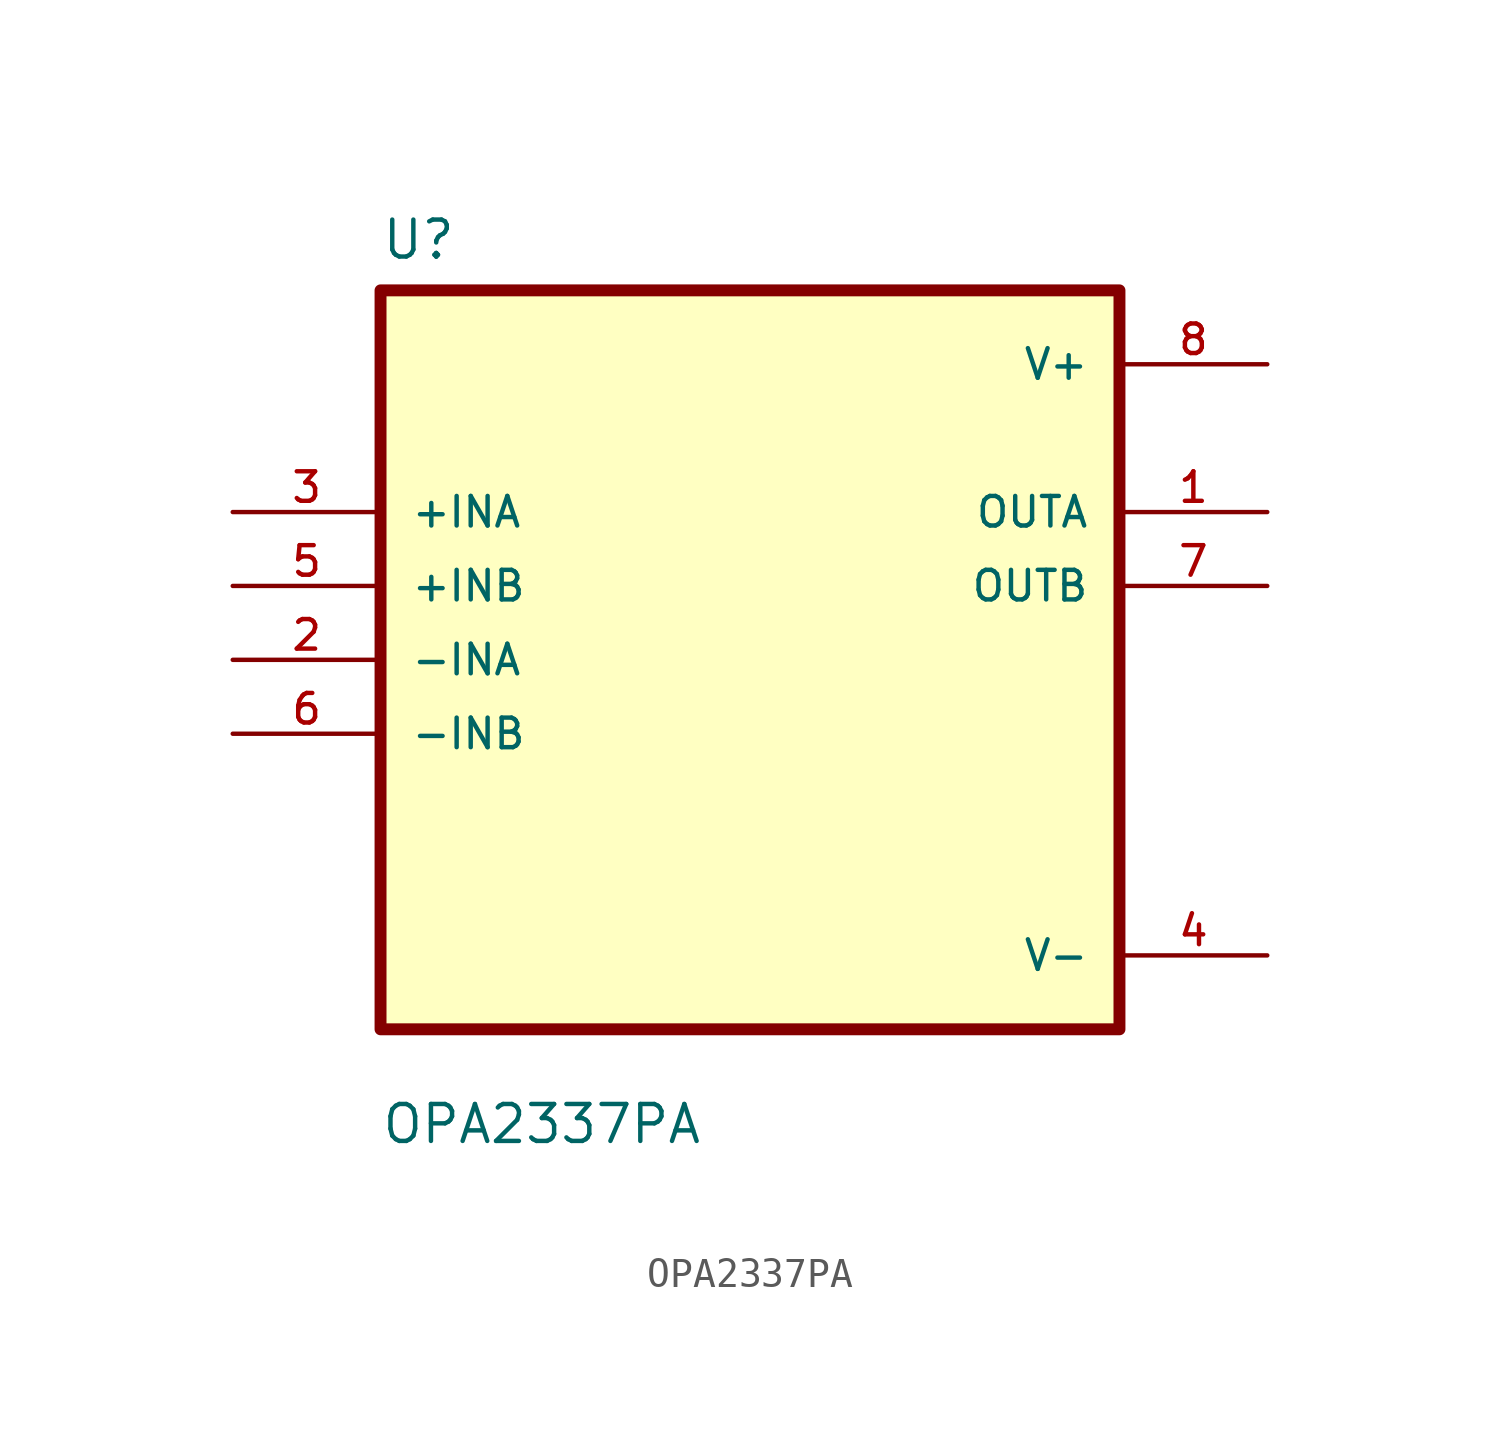
<source format=kicad_sym>
(kicad_symbol_lib
  (version 20211014)
  (generator kicad_symbol_editor)
  (symbol "OPA2337PA"
    (pin_names
      (offset 1.016))
    (property "Reference" "U"
      (at -12.7 13.7 0.0)
      (effects (font (size 1.27 1.27)) (justify bottom left)))
    (property "Value" "OPA2337PA"
      (at -12.7 -16.7 0.0)
      (effects (font (size 1.27 1.27)) (justify bottom left)))
    (symbol "OPA2337PA_0_0"
      (rectangle (start -12.7 -12.7) (end 12.7 12.7) (stroke (width 0.41)) (fill (type background)))
      (pin input line (at -17.78 5.08 0) (length 5.08) (name "+INA" (effects (font (size 1.016 1.016)))) (number "3" (effects (font (size 1.016 1.016)))))
      (pin input line (at -17.78 2.54 0) (length 5.08) (name "+INB" (effects (font (size 1.016 1.016)))) (number "5" (effects (font (size 1.016 1.016)))))
      (pin input line (at -17.78 -8.88178e-16 0) (length 5.08) (name "-INA" (effects (font (size 1.016 1.016)))) (number "2" (effects (font (size 1.016 1.016)))))
      (pin input line (at -17.78 -2.54 0) (length 5.08) (name "-INB" (effects (font (size 1.016 1.016)))) (number "6" (effects (font (size 1.016 1.016)))))
      (pin power_in line (at 17.78 10.16 180.0) (length 5.08) (name "V+" (effects (font (size 1.016 1.016)))) (number "8" (effects (font (size 1.016 1.016)))))
      (pin output line (at 17.78 5.08 180.0) (length 5.08) (name "OUTA" (effects (font (size 1.016 1.016)))) (number "1" (effects (font (size 1.016 1.016)))))
      (pin output line (at 17.78 2.54 180.0) (length 5.08) (name "OUTB" (effects (font (size 1.016 1.016)))) (number "7" (effects (font (size 1.016 1.016)))))
      (pin power_in line (at 17.78 -10.16 180.0) (length 5.08) (name "V-" (effects (font (size 1.016 1.016)))) (number "4" (effects (font (size 1.016 1.016))))))))
</source>
